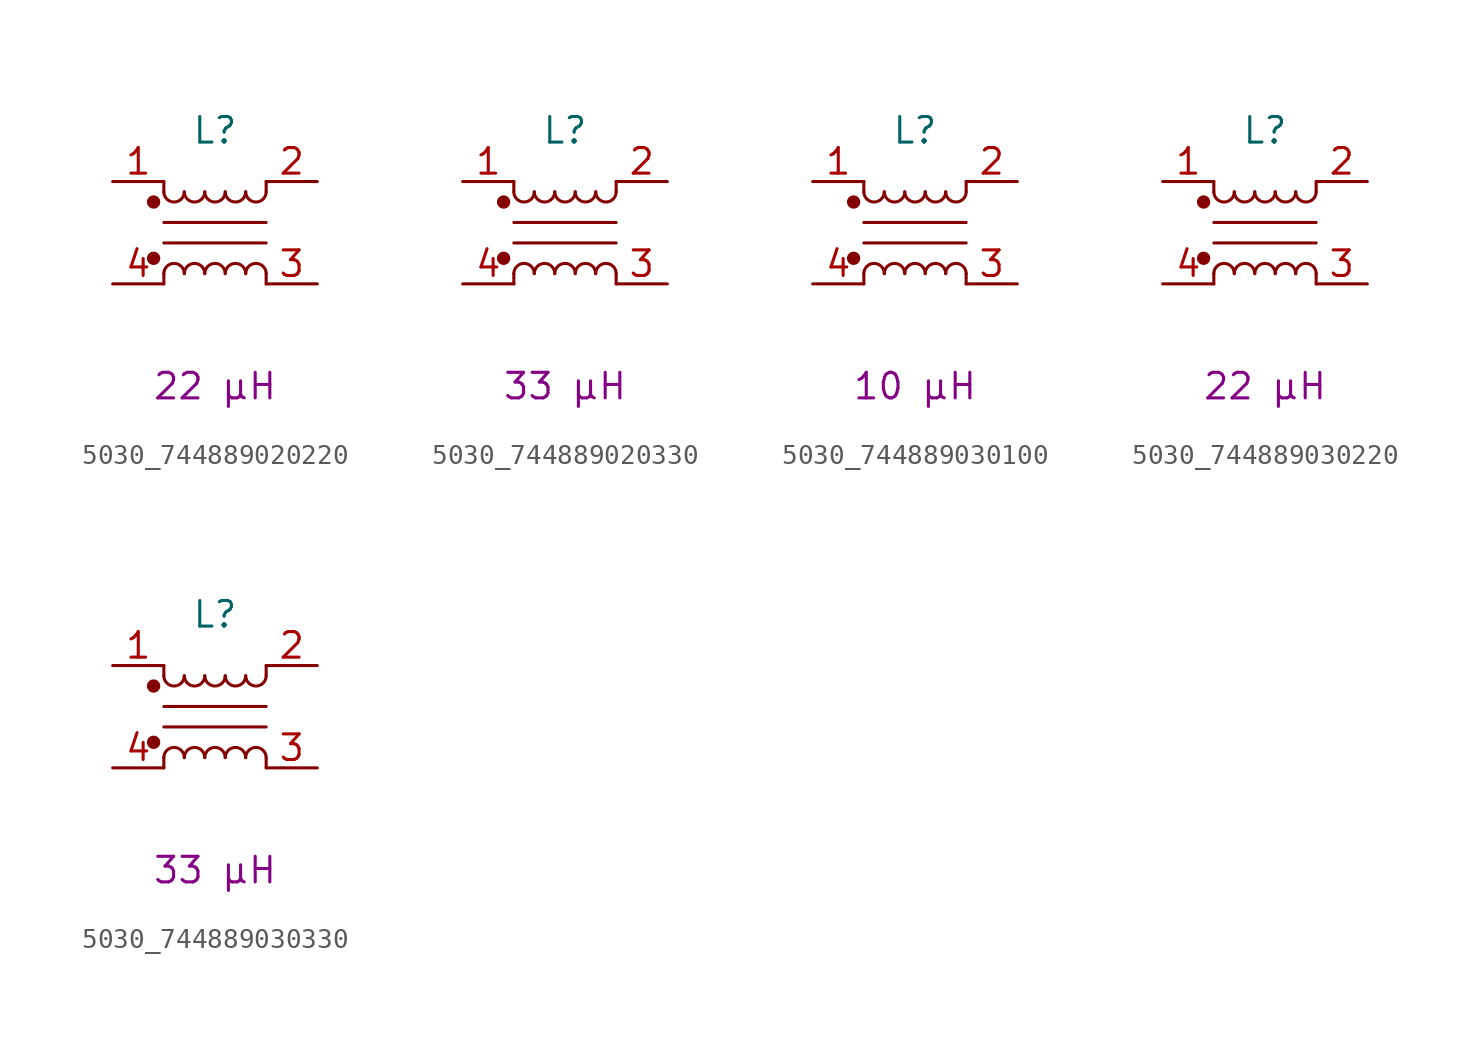
<source format=kicad_sym>
(kicad_symbol_lib
  (version 20220914)
  (generator kicad_symbol_editor)
  (symbol "5030_744889020220"
    (pin_names hide)
    (property "Reference" "L"
      (at 0 5.08 0)
      (effects (font (size 1.27 1.27))))
    (property "Critical Parameter" "22 µH"
      (at 0 -7.62 0)
      (effects (font (size 1.27 1.27))))
    (symbol "5030_744889020220_0_1"
      (circle (center -3.048 -1.27) (radius 0.254) (stroke (width 0) (type default)) (fill (type outline)))
      (circle (center -3.048 1.524) (radius 0.254) (stroke (width 0) (type default)) (fill (type outline)))
      (arc (start -2.54 2.032) (mid -2.032 1.5262) (end -1.524 2.032) (stroke (width 0) (type default)) (fill (type none)))
      (arc (start -1.524 -2.032) (mid -2.032 -1.5262) (end -2.54 -2.032) (stroke (width 0) (type default)) (fill (type none)))
      (arc (start -1.524 2.032) (mid -1.016 1.5262) (end -0.508 2.032) (stroke (width 0) (type default)) (fill (type none)))
      (arc (start -0.508 -2.032) (mid -1.016 -1.5262) (end -1.524 -2.032) (stroke (width 0) (type default)) (fill (type none)))
      (arc (start -0.508 2.032) (mid 0 1.5262) (end 0.508 2.032) (stroke (width 0) (type default)) (fill (type none)))
      (polyline (pts (xy -2.54 -2.032) (xy -2.54 -2.54)) (stroke (width 0) (type default)) (fill (type none)))
      (polyline (pts (xy -2.54 0.508) (xy 2.54 0.508)) (stroke (width 0) (type default)) (fill (type none)))
      (polyline (pts (xy -2.54 2.032) (xy -2.54 2.54)) (stroke (width 0) (type default)) (fill (type none)))
      (polyline (pts (xy 2.54 -2.032) (xy 2.54 -2.54)) (stroke (width 0) (type default)) (fill (type none)))
      (polyline (pts (xy 2.54 -0.508) (xy -2.54 -0.508)) (stroke (width 0) (type default)) (fill (type none)))
      (polyline (pts (xy 2.54 2.54) (xy 2.54 2.032)) (stroke (width 0) (type default)) (fill (type none)))
      (arc (start 0.508 -2.032) (mid 0 -1.5262) (end -0.508 -2.032) (stroke (width 0) (type default)) (fill (type none)))
      (arc (start 0.508 2.032) (mid 1.016 1.5262) (end 1.524 2.032) (stroke (width 0) (type default)) (fill (type none)))
      (arc (start 1.524 -2.032) (mid 1.016 -1.5262) (end 0.508 -2.032) (stroke (width 0) (type default)) (fill (type none)))
      (arc (start 1.524 2.032) (mid 2.032 1.5262) (end 2.54 2.032) (stroke (width 0) (type default)) (fill (type none)))
      (arc (start 2.54 -2.032) (mid 2.032 -1.5262) (end 1.524 -2.032) (stroke (width 0) (type default)) (fill (type none))))
    (symbol "5030_744889020220_1_1"
      (pin passive line (at -5.08 2.54 0) (length 2.54) (name "1" (effects (font (size 1.27 1.27)))) (number "1" (effects (font (size 1.27 1.27)))))
      (pin passive line (at 5.08 2.54 180) (length 2.54) (name "2" (effects (font (size 1.27 1.27)))) (number "2" (effects (font (size 1.27 1.27)))))
      (pin passive line (at 5.08 -2.54 180) (length 2.54) (name "3" (effects (font (size 1.27 1.27)))) (number "3" (effects (font (size 1.27 1.27)))))
      (pin passive line (at -5.08 -2.54 0) (length 2.54) (name "4" (effects (font (size 1.27 1.27)))) (number "4" (effects (font (size 1.27 1.27)))))))
  (symbol "5030_744889020330"
    (pin_names hide)
    (property "Reference" "L"
      (at 0 5.08 0)
      (effects (font (size 1.27 1.27))))
    (property "Critical Parameter" "33 µH"
      (at 0 -7.62 0)
      (effects (font (size 1.27 1.27))))
    (symbol "5030_744889020330_0_1"
      (circle (center -3.048 -1.27) (radius 0.254) (stroke (width 0) (type default)) (fill (type outline)))
      (circle (center -3.048 1.524) (radius 0.254) (stroke (width 0) (type default)) (fill (type outline)))
      (arc (start -2.54 2.032) (mid -2.032 1.5262) (end -1.524 2.032) (stroke (width 0) (type default)) (fill (type none)))
      (arc (start -1.524 -2.032) (mid -2.032 -1.5262) (end -2.54 -2.032) (stroke (width 0) (type default)) (fill (type none)))
      (arc (start -1.524 2.032) (mid -1.016 1.5262) (end -0.508 2.032) (stroke (width 0) (type default)) (fill (type none)))
      (arc (start -0.508 -2.032) (mid -1.016 -1.5262) (end -1.524 -2.032) (stroke (width 0) (type default)) (fill (type none)))
      (arc (start -0.508 2.032) (mid 0 1.5262) (end 0.508 2.032) (stroke (width 0) (type default)) (fill (type none)))
      (polyline (pts (xy -2.54 -2.032) (xy -2.54 -2.54)) (stroke (width 0) (type default)) (fill (type none)))
      (polyline (pts (xy -2.54 0.508) (xy 2.54 0.508)) (stroke (width 0) (type default)) (fill (type none)))
      (polyline (pts (xy -2.54 2.032) (xy -2.54 2.54)) (stroke (width 0) (type default)) (fill (type none)))
      (polyline (pts (xy 2.54 -2.032) (xy 2.54 -2.54)) (stroke (width 0) (type default)) (fill (type none)))
      (polyline (pts (xy 2.54 -0.508) (xy -2.54 -0.508)) (stroke (width 0) (type default)) (fill (type none)))
      (polyline (pts (xy 2.54 2.54) (xy 2.54 2.032)) (stroke (width 0) (type default)) (fill (type none)))
      (arc (start 0.508 -2.032) (mid 0 -1.5262) (end -0.508 -2.032) (stroke (width 0) (type default)) (fill (type none)))
      (arc (start 0.508 2.032) (mid 1.016 1.5262) (end 1.524 2.032) (stroke (width 0) (type default)) (fill (type none)))
      (arc (start 1.524 -2.032) (mid 1.016 -1.5262) (end 0.508 -2.032) (stroke (width 0) (type default)) (fill (type none)))
      (arc (start 1.524 2.032) (mid 2.032 1.5262) (end 2.54 2.032) (stroke (width 0) (type default)) (fill (type none)))
      (arc (start 2.54 -2.032) (mid 2.032 -1.5262) (end 1.524 -2.032) (stroke (width 0) (type default)) (fill (type none))))
    (symbol "5030_744889020330_1_1"
      (pin passive line (at -5.08 2.54 0) (length 2.54) (name "1" (effects (font (size 1.27 1.27)))) (number "1" (effects (font (size 1.27 1.27)))))
      (pin passive line (at 5.08 2.54 180) (length 2.54) (name "2" (effects (font (size 1.27 1.27)))) (number "2" (effects (font (size 1.27 1.27)))))
      (pin passive line (at 5.08 -2.54 180) (length 2.54) (name "3" (effects (font (size 1.27 1.27)))) (number "3" (effects (font (size 1.27 1.27)))))
      (pin passive line (at -5.08 -2.54 0) (length 2.54) (name "4" (effects (font (size 1.27 1.27)))) (number "4" (effects (font (size 1.27 1.27)))))))
  (symbol "5030_744889030100"
    (pin_names hide)
    (property "Reference" "L"
      (at 0 5.08 0)
      (effects (font (size 1.27 1.27))))
    (property "Critical Parameter" "10 µH"
      (at 0 -7.62 0)
      (effects (font (size 1.27 1.27))))
    (symbol "5030_744889030100_0_1"
      (circle (center -3.048 -1.27) (radius 0.254) (stroke (width 0) (type default)) (fill (type outline)))
      (circle (center -3.048 1.524) (radius 0.254) (stroke (width 0) (type default)) (fill (type outline)))
      (arc (start -2.54 2.032) (mid -2.032 1.5262) (end -1.524 2.032) (stroke (width 0) (type default)) (fill (type none)))
      (arc (start -1.524 -2.032) (mid -2.032 -1.5262) (end -2.54 -2.032) (stroke (width 0) (type default)) (fill (type none)))
      (arc (start -1.524 2.032) (mid -1.016 1.5262) (end -0.508 2.032) (stroke (width 0) (type default)) (fill (type none)))
      (arc (start -0.508 -2.032) (mid -1.016 -1.5262) (end -1.524 -2.032) (stroke (width 0) (type default)) (fill (type none)))
      (arc (start -0.508 2.032) (mid 0 1.5262) (end 0.508 2.032) (stroke (width 0) (type default)) (fill (type none)))
      (polyline (pts (xy -2.54 -2.032) (xy -2.54 -2.54)) (stroke (width 0) (type default)) (fill (type none)))
      (polyline (pts (xy -2.54 0.508) (xy 2.54 0.508)) (stroke (width 0) (type default)) (fill (type none)))
      (polyline (pts (xy -2.54 2.032) (xy -2.54 2.54)) (stroke (width 0) (type default)) (fill (type none)))
      (polyline (pts (xy 2.54 -2.032) (xy 2.54 -2.54)) (stroke (width 0) (type default)) (fill (type none)))
      (polyline (pts (xy 2.54 -0.508) (xy -2.54 -0.508)) (stroke (width 0) (type default)) (fill (type none)))
      (polyline (pts (xy 2.54 2.54) (xy 2.54 2.032)) (stroke (width 0) (type default)) (fill (type none)))
      (arc (start 0.508 -2.032) (mid 0 -1.5262) (end -0.508 -2.032) (stroke (width 0) (type default)) (fill (type none)))
      (arc (start 0.508 2.032) (mid 1.016 1.5262) (end 1.524 2.032) (stroke (width 0) (type default)) (fill (type none)))
      (arc (start 1.524 -2.032) (mid 1.016 -1.5262) (end 0.508 -2.032) (stroke (width 0) (type default)) (fill (type none)))
      (arc (start 1.524 2.032) (mid 2.032 1.5262) (end 2.54 2.032) (stroke (width 0) (type default)) (fill (type none)))
      (arc (start 2.54 -2.032) (mid 2.032 -1.5262) (end 1.524 -2.032) (stroke (width 0) (type default)) (fill (type none))))
    (symbol "5030_744889030100_1_1"
      (pin passive line (at -5.08 2.54 0) (length 2.54) (name "1" (effects (font (size 1.27 1.27)))) (number "1" (effects (font (size 1.27 1.27)))))
      (pin passive line (at 5.08 2.54 180) (length 2.54) (name "2" (effects (font (size 1.27 1.27)))) (number "2" (effects (font (size 1.27 1.27)))))
      (pin passive line (at 5.08 -2.54 180) (length 2.54) (name "3" (effects (font (size 1.27 1.27)))) (number "3" (effects (font (size 1.27 1.27)))))
      (pin passive line (at -5.08 -2.54 0) (length 2.54) (name "4" (effects (font (size 1.27 1.27)))) (number "4" (effects (font (size 1.27 1.27)))))))
  (symbol "5030_744889030220"
    (pin_names hide)
    (property "Reference" "L"
      (at 0 5.08 0)
      (effects (font (size 1.27 1.27))))
    (property "Critical Parameter" "22 µH"
      (at 0 -7.62 0)
      (effects (font (size 1.27 1.27))))
    (symbol "5030_744889030220_0_1"
      (circle (center -3.048 -1.27) (radius 0.254) (stroke (width 0) (type default)) (fill (type outline)))
      (circle (center -3.048 1.524) (radius 0.254) (stroke (width 0) (type default)) (fill (type outline)))
      (arc (start -2.54 2.032) (mid -2.032 1.5262) (end -1.524 2.032) (stroke (width 0) (type default)) (fill (type none)))
      (arc (start -1.524 -2.032) (mid -2.032 -1.5262) (end -2.54 -2.032) (stroke (width 0) (type default)) (fill (type none)))
      (arc (start -1.524 2.032) (mid -1.016 1.5262) (end -0.508 2.032) (stroke (width 0) (type default)) (fill (type none)))
      (arc (start -0.508 -2.032) (mid -1.016 -1.5262) (end -1.524 -2.032) (stroke (width 0) (type default)) (fill (type none)))
      (arc (start -0.508 2.032) (mid 0 1.5262) (end 0.508 2.032) (stroke (width 0) (type default)) (fill (type none)))
      (polyline (pts (xy -2.54 -2.032) (xy -2.54 -2.54)) (stroke (width 0) (type default)) (fill (type none)))
      (polyline (pts (xy -2.54 0.508) (xy 2.54 0.508)) (stroke (width 0) (type default)) (fill (type none)))
      (polyline (pts (xy -2.54 2.032) (xy -2.54 2.54)) (stroke (width 0) (type default)) (fill (type none)))
      (polyline (pts (xy 2.54 -2.032) (xy 2.54 -2.54)) (stroke (width 0) (type default)) (fill (type none)))
      (polyline (pts (xy 2.54 -0.508) (xy -2.54 -0.508)) (stroke (width 0) (type default)) (fill (type none)))
      (polyline (pts (xy 2.54 2.54) (xy 2.54 2.032)) (stroke (width 0) (type default)) (fill (type none)))
      (arc (start 0.508 -2.032) (mid 0 -1.5262) (end -0.508 -2.032) (stroke (width 0) (type default)) (fill (type none)))
      (arc (start 0.508 2.032) (mid 1.016 1.5262) (end 1.524 2.032) (stroke (width 0) (type default)) (fill (type none)))
      (arc (start 1.524 -2.032) (mid 1.016 -1.5262) (end 0.508 -2.032) (stroke (width 0) (type default)) (fill (type none)))
      (arc (start 1.524 2.032) (mid 2.032 1.5262) (end 2.54 2.032) (stroke (width 0) (type default)) (fill (type none)))
      (arc (start 2.54 -2.032) (mid 2.032 -1.5262) (end 1.524 -2.032) (stroke (width 0) (type default)) (fill (type none))))
    (symbol "5030_744889030220_1_1"
      (pin passive line (at -5.08 2.54 0) (length 2.54) (name "1" (effects (font (size 1.27 1.27)))) (number "1" (effects (font (size 1.27 1.27)))))
      (pin passive line (at 5.08 2.54 180) (length 2.54) (name "2" (effects (font (size 1.27 1.27)))) (number "2" (effects (font (size 1.27 1.27)))))
      (pin passive line (at 5.08 -2.54 180) (length 2.54) (name "3" (effects (font (size 1.27 1.27)))) (number "3" (effects (font (size 1.27 1.27)))))
      (pin passive line (at -5.08 -2.54 0) (length 2.54) (name "4" (effects (font (size 1.27 1.27)))) (number "4" (effects (font (size 1.27 1.27)))))))
  (symbol "5030_744889030330"
    (pin_names hide)
    (property "Reference" "L"
      (at 0 5.08 0)
      (effects (font (size 1.27 1.27))))
    (property "Critical Parameter" "33 µH"
      (at 0 -7.62 0)
      (effects (font (size 1.27 1.27))))
    (symbol "5030_744889030330_0_1"
      (circle (center -3.048 -1.27) (radius 0.254) (stroke (width 0) (type default)) (fill (type outline)))
      (circle (center -3.048 1.524) (radius 0.254) (stroke (width 0) (type default)) (fill (type outline)))
      (arc (start -2.54 2.032) (mid -2.032 1.5262) (end -1.524 2.032) (stroke (width 0) (type default)) (fill (type none)))
      (arc (start -1.524 -2.032) (mid -2.032 -1.5262) (end -2.54 -2.032) (stroke (width 0) (type default)) (fill (type none)))
      (arc (start -1.524 2.032) (mid -1.016 1.5262) (end -0.508 2.032) (stroke (width 0) (type default)) (fill (type none)))
      (arc (start -0.508 -2.032) (mid -1.016 -1.5262) (end -1.524 -2.032) (stroke (width 0) (type default)) (fill (type none)))
      (arc (start -0.508 2.032) (mid 0 1.5262) (end 0.508 2.032) (stroke (width 0) (type default)) (fill (type none)))
      (polyline (pts (xy -2.54 -2.032) (xy -2.54 -2.54)) (stroke (width 0) (type default)) (fill (type none)))
      (polyline (pts (xy -2.54 0.508) (xy 2.54 0.508)) (stroke (width 0) (type default)) (fill (type none)))
      (polyline (pts (xy -2.54 2.032) (xy -2.54 2.54)) (stroke (width 0) (type default)) (fill (type none)))
      (polyline (pts (xy 2.54 -2.032) (xy 2.54 -2.54)) (stroke (width 0) (type default)) (fill (type none)))
      (polyline (pts (xy 2.54 -0.508) (xy -2.54 -0.508)) (stroke (width 0) (type default)) (fill (type none)))
      (polyline (pts (xy 2.54 2.54) (xy 2.54 2.032)) (stroke (width 0) (type default)) (fill (type none)))
      (arc (start 0.508 -2.032) (mid 0 -1.5262) (end -0.508 -2.032) (stroke (width 0) (type default)) (fill (type none)))
      (arc (start 0.508 2.032) (mid 1.016 1.5262) (end 1.524 2.032) (stroke (width 0) (type default)) (fill (type none)))
      (arc (start 1.524 -2.032) (mid 1.016 -1.5262) (end 0.508 -2.032) (stroke (width 0) (type default)) (fill (type none)))
      (arc (start 1.524 2.032) (mid 2.032 1.5262) (end 2.54 2.032) (stroke (width 0) (type default)) (fill (type none)))
      (arc (start 2.54 -2.032) (mid 2.032 -1.5262) (end 1.524 -2.032) (stroke (width 0) (type default)) (fill (type none))))
    (symbol "5030_744889030330_1_1"
      (pin passive line (at -5.08 2.54 0) (length 2.54) (name "1" (effects (font (size 1.27 1.27)))) (number "1" (effects (font (size 1.27 1.27)))))
      (pin passive line (at 5.08 2.54 180) (length 2.54) (name "2" (effects (font (size 1.27 1.27)))) (number "2" (effects (font (size 1.27 1.27)))))
      (pin passive line (at 5.08 -2.54 180) (length 2.54) (name "3" (effects (font (size 1.27 1.27)))) (number "3" (effects (font (size 1.27 1.27)))))
      (pin passive line (at -5.08 -2.54 0) (length 2.54) (name "4" (effects (font (size 1.27 1.27)))) (number "4" (effects (font (size 1.27 1.27))))))))
</source>
